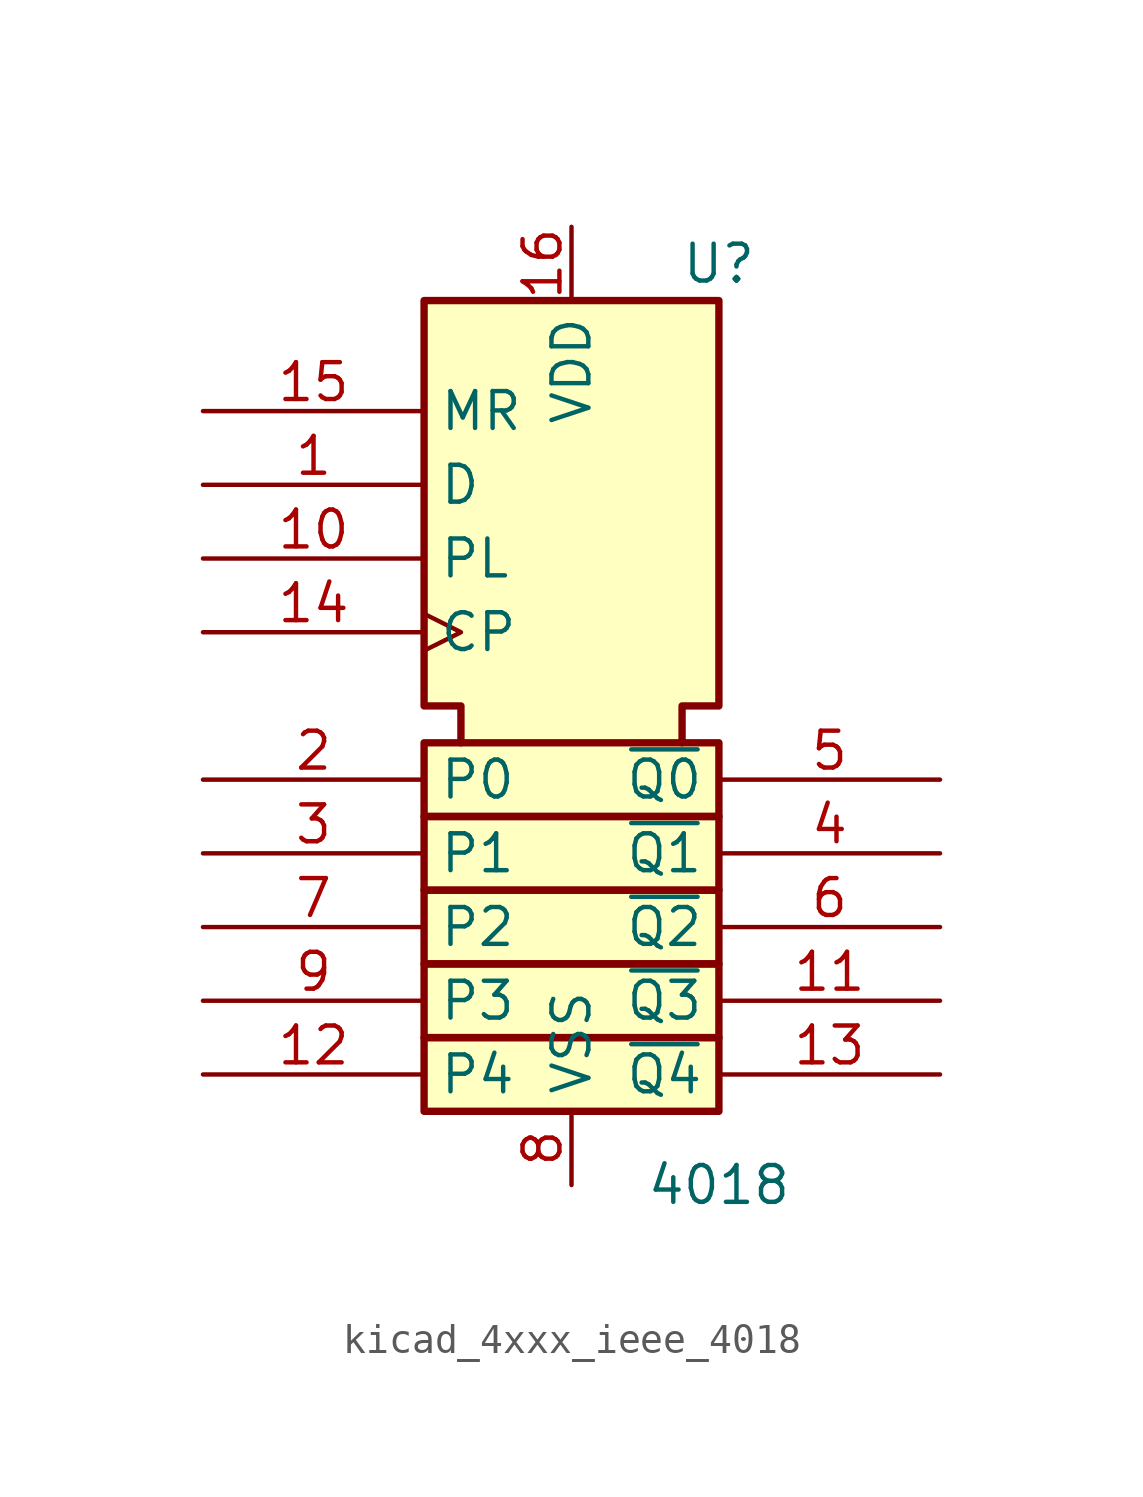
<source format=kicad_sym>
(kicad_symbol_lib
  (version 20220914)
  (generator kicad_symbol_editor)
  (symbol "kicad_4xxx_ieee_4018"
    (property "Reference" "U"
      (at 5.08 15.24 0)
      (effects (font (size 1.27 1.27))))
    (property "Value" "4018"
      (at 5.08 -16.51 0)
      (effects (font (size 1.27 1.27))))
    (symbol "kicad_4xxx_ieee_4018_0_1"
      (rectangle (start -5.08 -11.43) (end 5.08 -13.97) (stroke (width 0.254) (type default)) (fill (type background)))
      (rectangle (start -5.08 -8.89) (end 5.08 -11.43) (stroke (width 0.254) (type default)) (fill (type background)))
      (rectangle (start -5.08 -6.35) (end 5.08 -8.89) (stroke (width 0.254) (type default)) (fill (type background)))
      (rectangle (start -5.08 -3.81) (end 5.08 -6.35) (stroke (width 0.254) (type default)) (fill (type background)))
      (rectangle (start -5.08 -1.27) (end 5.08 -3.81) (stroke (width 0.254) (type default)) (fill (type background)))
      (polyline (pts (xy -3.81 -1.27) (xy -3.81 0) (xy -5.08 0) (xy -5.08 13.97) (xy 5.08 13.97) (xy 5.08 0) (xy 3.81 0) (xy 3.81 -1.27) (xy 3.81 -1.27)) (stroke (width 0.254) (type default)) (fill (type background))))
    (symbol "kicad_4xxx_ieee_4018_1_1"
      (pin input line (at -12.7 7.62 0) (length 7.62) (name "D" (effects (font (size 1.27 1.27)))) (number "1" (effects (font (size 1.27 1.27)))))
      (pin input line (at -12.7 5.08 0) (length 7.62) (name "PL" (effects (font (size 1.27 1.27)))) (number "10" (effects (font (size 1.27 1.27)))))
      (pin output line (at 12.7 -10.16 180) (length 7.62) (name "~{Q3}" (effects (font (size 1.27 1.27)))) (number "11" (effects (font (size 1.27 1.27)))))
      (pin input line (at -12.7 -12.7 0) (length 7.62) (name "P4" (effects (font (size 1.27 1.27)))) (number "12" (effects (font (size 1.27 1.27)))))
      (pin output line (at 12.7 -12.7 180) (length 7.62) (name "~{Q4}" (effects (font (size 1.27 1.27)))) (number "13" (effects (font (size 1.27 1.27)))))
      (pin input clock (at -12.7 2.54 0) (length 7.62) (name "CP" (effects (font (size 1.27 1.27)))) (number "14" (effects (font (size 1.27 1.27)))))
      (pin input line (at -12.7 10.16 0) (length 7.62) (name "MR" (effects (font (size 1.27 1.27)))) (number "15" (effects (font (size 1.27 1.27)))))
      (pin power_in line (at 0 16.51 270) (length 2.54) (name "VDD" (effects (font (size 1.27 1.27)))) (number "16" (effects (font (size 1.27 1.27)))))
      (pin input line (at -12.7 -2.54 0) (length 7.62) (name "P0" (effects (font (size 1.27 1.27)))) (number "2" (effects (font (size 1.27 1.27)))))
      (pin input line (at -12.7 -5.08 0) (length 7.62) (name "P1" (effects (font (size 1.27 1.27)))) (number "3" (effects (font (size 1.27 1.27)))))
      (pin output line (at 12.7 -5.08 180) (length 7.62) (name "~{Q1}" (effects (font (size 1.27 1.27)))) (number "4" (effects (font (size 1.27 1.27)))))
      (pin output line (at 12.7 -2.54 180) (length 7.62) (name "~{Q0}" (effects (font (size 1.27 1.27)))) (number "5" (effects (font (size 1.27 1.27)))))
      (pin output line (at 12.7 -7.62 180) (length 7.62) (name "~{Q2}" (effects (font (size 1.27 1.27)))) (number "6" (effects (font (size 1.27 1.27)))))
      (pin input line (at -12.7 -7.62 0) (length 7.62) (name "P2" (effects (font (size 1.27 1.27)))) (number "7" (effects (font (size 1.27 1.27)))))
      (pin power_in line (at 0 -16.51 90) (length 2.54) (name "VSS" (effects (font (size 1.27 1.27)))) (number "8" (effects (font (size 1.27 1.27)))))
      (pin input line (at -12.7 -10.16 0) (length 7.62) (name "P3" (effects (font (size 1.27 1.27)))) (number "9" (effects (font (size 1.27 1.27))))))))
</source>
